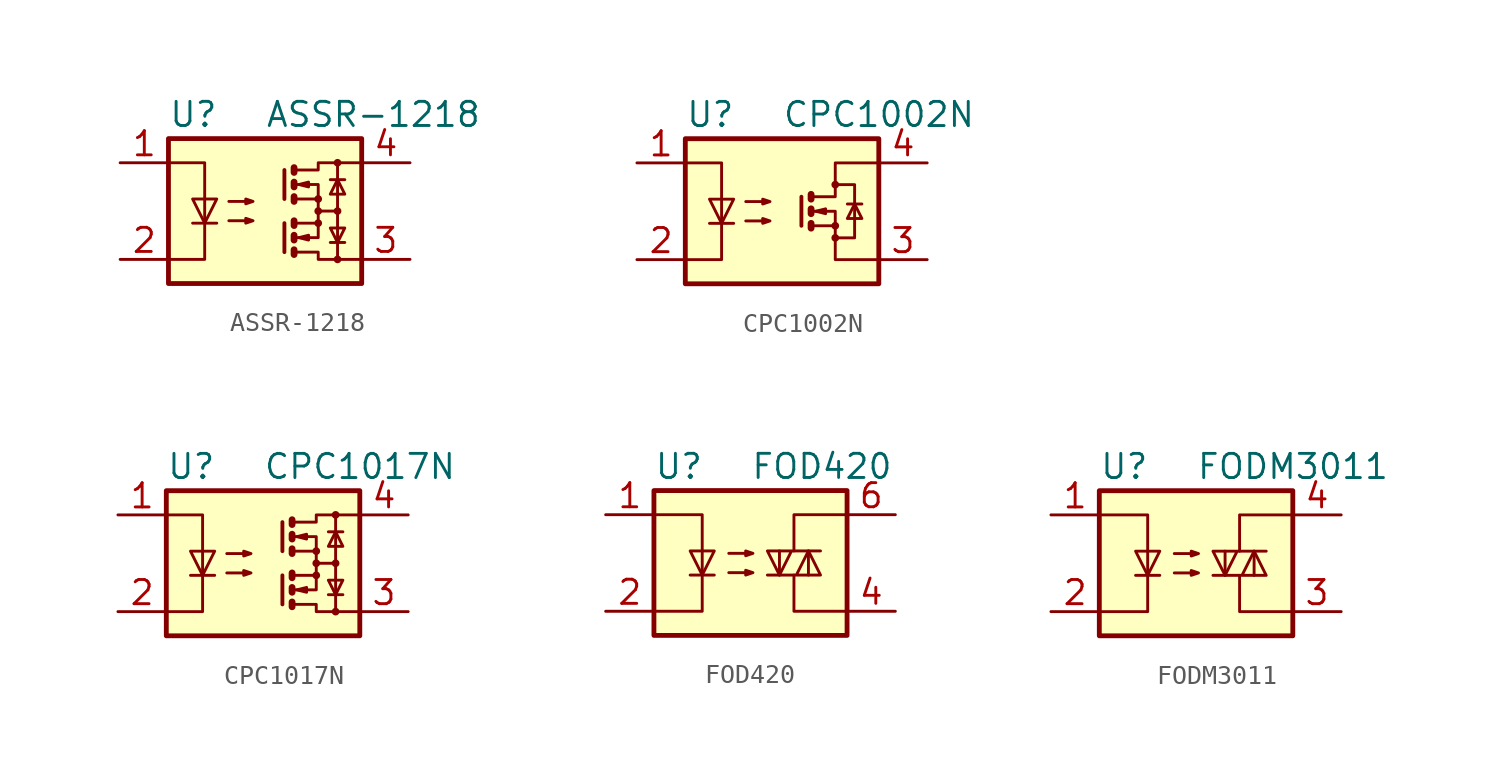
<source format=kicad_sym>
(kicad_symbol_lib
  (version 20201005)
  (generator kicad_symbol_editor)
  (symbol "ASSR-1218"
    (property "Reference" "U"
      (at -5.08 5.08 0)
      (effects (font (size 1.27 1.27)) (justify left)))
    (property "Value" "ASSR-1218"
      (at 0 5.08 0)
      (effects (font (size 1.27 1.27)) (justify left)))
    (symbol "ASSR-1218_0_1"
      (circle (center 2.794 -0.635) (radius 0.127) (stroke (width 0)) (fill (type none)))
      (circle (center 2.794 0) (radius 0.127) (stroke (width 0)) (fill (type none)))
      (circle (center 2.794 0.635) (radius 0.127) (stroke (width 0)) (fill (type none)))
      (circle (center 3.81 -2.54) (radius 0.127) (stroke (width 0)) (fill (type none)))
      (circle (center 3.81 0) (radius 0.127) (stroke (width 0)) (fill (type none)))
      (circle (center 3.81 2.54) (radius 0.127) (stroke (width 0)) (fill (type none)))
      (rectangle (start -5.08 3.81) (end 5.08 -3.81) (stroke (width 0.254)) (fill (type background)))
      (polyline (pts (xy -3.81 -0.635) (xy -2.54 -0.635)) (stroke (width 0)) (fill (type none)))
      (polyline (pts (xy 1.016 -0.635) (xy 1.016 -2.159)) (stroke (width 0.203)) (fill (type none)))
      (polyline (pts (xy 1.016 2.159) (xy 1.016 0.635)) (stroke (width 0.203)) (fill (type none)))
      (polyline (pts (xy 1.524 -0.508) (xy 1.524 -0.762)) (stroke (width 0.356)) (fill (type none)))
      (polyline (pts (xy 2.794 0) (xy 3.81 0)) (stroke (width 0)) (fill (type none)))
      (polyline (pts (xy 3.429 -1.651) (xy 4.191 -1.651)) (stroke (width 0)) (fill (type none)))
      (polyline (pts (xy 3.429 1.651) (xy 4.191 1.651)) (stroke (width 0)) (fill (type none)))
      (polyline (pts (xy 3.81 -2.54) (xy 3.81 2.54)) (stroke (width 0)) (fill (type none)))
      (polyline (pts (xy 1.524 -2.032) (xy 1.524 -2.286) (xy 1.524 -2.286)) (stroke (width 0.356)) (fill (type none)))
      (polyline (pts (xy 1.524 -1.27) (xy 1.524 -1.524) (xy 1.524 -1.524)) (stroke (width 0.356)) (fill (type none)))
      (polyline (pts (xy 1.524 0.762) (xy 1.524 0.508) (xy 1.524 0.508)) (stroke (width 0.356)) (fill (type none)))
      (polyline (pts (xy 1.524 1.524) (xy 1.524 1.27) (xy 1.524 1.27)) (stroke (width 0.356)) (fill (type none)))
      (polyline (pts (xy 1.524 2.286) (xy 1.524 2.032) (xy 1.524 2.032)) (stroke (width 0.356)) (fill (type none)))
      (polyline (pts (xy 1.651 -1.397) (xy 2.794 -1.397) (xy 2.794 -0.635)) (stroke (width 0)) (fill (type none)))
      (polyline (pts (xy 1.651 1.397) (xy 2.794 1.397) (xy 2.794 0.635)) (stroke (width 0)) (fill (type none)))
      (polyline (pts (xy -5.08 2.54) (xy -3.175 2.54) (xy -3.175 -2.54) (xy -5.08 -2.54)) (stroke (width 0)) (fill (type none)))
      (polyline (pts (xy -3.175 -0.635) (xy -3.81 0.635) (xy -2.54 0.635) (xy -3.175 -0.635)) (stroke (width 0)) (fill (type none)))
      (polyline (pts (xy 1.651 -2.159) (xy 2.794 -2.159) (xy 2.794 -2.54) (xy 5.08 -2.54)) (stroke (width 0)) (fill (type none)))
      (polyline (pts (xy 1.651 -0.635) (xy 2.794 -0.635) (xy 2.794 0.635) (xy 1.651 0.635)) (stroke (width 0)) (fill (type none)))
      (polyline (pts (xy 1.651 2.159) (xy 2.794 2.159) (xy 2.794 2.54) (xy 5.08 2.54)) (stroke (width 0)) (fill (type none)))
      (polyline (pts (xy 1.778 -1.397) (xy 2.286 -1.27) (xy 2.286 -1.524) (xy 1.778 -1.397)) (stroke (width 0)) (fill (type none)))
      (polyline (pts (xy 1.778 1.397) (xy 2.286 1.524) (xy 2.286 1.27) (xy 1.778 1.397)) (stroke (width 0)) (fill (type none)))
      (polyline (pts (xy 3.81 -1.651) (xy 3.429 -0.889) (xy 4.191 -0.889) (xy 3.81 -1.651)) (stroke (width 0)) (fill (type none)))
      (polyline (pts (xy 3.81 1.651) (xy 3.429 0.889) (xy 4.191 0.889) (xy 3.81 1.651)) (stroke (width 0)) (fill (type none)))
      (polyline (pts (xy -1.905 -0.508) (xy -0.635 -0.508) (xy -1.016 -0.635) (xy -1.016 -0.381) (xy -0.635 -0.508)) (stroke (width 0)) (fill (type none)))
      (polyline (pts (xy -1.905 0.508) (xy -0.635 0.508) (xy -1.016 0.381) (xy -1.016 0.635) (xy -0.635 0.508)) (stroke (width 0)) (fill (type none))))
    (symbol "ASSR-1218_1_1"
      (pin passive line (at -7.62 2.54 0) (length 2.54) (name "~" (effects (font (size 1.27 1.27)))) (number "1" (effects (font (size 1.27 1.27)))))
      (pin passive line (at -7.62 -2.54 0) (length 2.54) (name "~" (effects (font (size 1.27 1.27)))) (number "2" (effects (font (size 1.27 1.27)))))
      (pin passive line (at 7.62 -2.54 180) (length 2.54) (name "~" (effects (font (size 1.27 1.27)))) (number "3" (effects (font (size 1.27 1.27)))))
      (pin passive line (at 7.62 2.54 180) (length 2.54) (name "~" (effects (font (size 1.27 1.27)))) (number "4" (effects (font (size 1.27 1.27)))))))
  (symbol "CPC1002N"
    (property "Reference" "U"
      (at -5.08 5.08 0)
      (effects (font (size 1.27 1.27)) (justify left)))
    (property "Value" "CPC1002N"
      (at 0 5.08 0)
      (effects (font (size 1.27 1.27)) (justify left)))
    (symbol "CPC1002N_0_1"
      (circle (center 2.794 -1.397) (radius 0.127) (stroke (width 0)) (fill (type none)))
      (circle (center 2.794 -0.762) (radius 0.127) (stroke (width 0)) (fill (type none)))
      (circle (center 2.794 1.397) (radius 0.127) (stroke (width 0)) (fill (type none)))
      (rectangle (start -5.08 3.81) (end 5.08 -3.81) (stroke (width 0.254)) (fill (type background)))
      (polyline (pts (xy -3.81 -0.635) (xy -2.54 -0.635)) (stroke (width 0)) (fill (type none)))
      (polyline (pts (xy 1.016 0.762) (xy 1.016 -0.762)) (stroke (width 0.203)) (fill (type none)))
      (polyline (pts (xy 1.524 -0.762) (xy 2.794 -0.762)) (stroke (width 0)) (fill (type none)))
      (polyline (pts (xy 3.429 0.381) (xy 4.191 0.381)) (stroke (width 0)) (fill (type none)))
      (polyline (pts (xy 1.524 -0.635) (xy 1.524 -0.889) (xy 1.524 -0.889)) (stroke (width 0.356)) (fill (type none)))
      (polyline (pts (xy 1.524 0.127) (xy 1.524 -0.127) (xy 1.524 -0.127)) (stroke (width 0.356)) (fill (type none)))
      (polyline (pts (xy 1.524 0.889) (xy 1.524 0.635) (xy 1.524 0.635)) (stroke (width 0.356)) (fill (type none)))
      (polyline (pts (xy -5.08 2.54) (xy -3.175 2.54) (xy -3.175 -2.54) (xy -5.08 -2.54)) (stroke (width 0)) (fill (type none)))
      (polyline (pts (xy -3.175 -0.635) (xy -3.81 0.635) (xy -2.54 0.635) (xy -3.175 -0.635)) (stroke (width 0)) (fill (type none)))
      (polyline (pts (xy 1.524 0) (xy 2.794 0) (xy 2.794 -2.54) (xy 5.08 -2.54)) (stroke (width 0)) (fill (type none)))
      (polyline (pts (xy 1.524 0.762) (xy 2.794 0.762) (xy 2.794 2.54) (xy 5.08 2.54)) (stroke (width 0)) (fill (type none)))
      (polyline (pts (xy 1.778 0) (xy 2.286 0.127) (xy 2.286 -0.127) (xy 1.778 0)) (stroke (width 0)) (fill (type none)))
      (polyline (pts (xy 2.794 -1.397) (xy 3.81 -1.397) (xy 3.81 1.397) (xy 2.794 1.397)) (stroke (width 0)) (fill (type none)))
      (polyline (pts (xy 3.81 0.381) (xy 3.429 -0.381) (xy 4.191 -0.381) (xy 3.81 0.381)) (stroke (width 0)) (fill (type none)))
      (polyline (pts (xy -1.905 -0.508) (xy -0.635 -0.508) (xy -1.016 -0.635) (xy -1.016 -0.381) (xy -0.635 -0.508)) (stroke (width 0)) (fill (type none)))
      (polyline (pts (xy -1.905 0.508) (xy -0.635 0.508) (xy -1.016 0.381) (xy -1.016 0.635) (xy -0.635 0.508)) (stroke (width 0)) (fill (type none))))
    (symbol "CPC1002N_1_1"
      (pin passive line (at -7.62 2.54 0) (length 2.54) (name "~" (effects (font (size 1.27 1.27)))) (number "1" (effects (font (size 1.27 1.27)))))
      (pin passive line (at -7.62 -2.54 0) (length 2.54) (name "~" (effects (font (size 1.27 1.27)))) (number "2" (effects (font (size 1.27 1.27)))))
      (pin passive line (at 7.62 -2.54 180) (length 2.54) (name "~" (effects (font (size 1.27 1.27)))) (number "3" (effects (font (size 1.27 1.27)))))
      (pin passive line (at 7.62 2.54 180) (length 2.54) (name "~" (effects (font (size 1.27 1.27)))) (number "4" (effects (font (size 1.27 1.27)))))))
  (symbol "CPC1017N"
    (property "Reference" "U"
      (at -5.08 5.08 0)
      (effects (font (size 1.27 1.27)) (justify left)))
    (property "Value" "CPC1017N"
      (at 0 5.08 0)
      (effects (font (size 1.27 1.27)) (justify left)))
    (symbol "CPC1017N_0_1"
      (circle (center 2.794 -0.635) (radius 0.127) (stroke (width 0)) (fill (type none)))
      (circle (center 2.794 0) (radius 0.127) (stroke (width 0)) (fill (type none)))
      (circle (center 2.794 0.635) (radius 0.127) (stroke (width 0)) (fill (type none)))
      (circle (center 3.81 -2.54) (radius 0.127) (stroke (width 0)) (fill (type none)))
      (circle (center 3.81 0) (radius 0.127) (stroke (width 0)) (fill (type none)))
      (circle (center 3.81 2.54) (radius 0.127) (stroke (width 0)) (fill (type none)))
      (rectangle (start -5.08 3.81) (end 5.08 -3.81) (stroke (width 0.254)) (fill (type background)))
      (polyline (pts (xy -3.81 -0.635) (xy -2.54 -0.635)) (stroke (width 0)) (fill (type none)))
      (polyline (pts (xy 1.016 -0.635) (xy 1.016 -2.159)) (stroke (width 0.203)) (fill (type none)))
      (polyline (pts (xy 1.016 2.159) (xy 1.016 0.635)) (stroke (width 0.203)) (fill (type none)))
      (polyline (pts (xy 1.524 -0.508) (xy 1.524 -0.762)) (stroke (width 0.356)) (fill (type none)))
      (polyline (pts (xy 2.794 0) (xy 3.81 0)) (stroke (width 0)) (fill (type none)))
      (polyline (pts (xy 3.429 -1.651) (xy 4.191 -1.651)) (stroke (width 0)) (fill (type none)))
      (polyline (pts (xy 3.429 1.651) (xy 4.191 1.651)) (stroke (width 0)) (fill (type none)))
      (polyline (pts (xy 3.81 -2.54) (xy 3.81 2.54)) (stroke (width 0)) (fill (type none)))
      (polyline (pts (xy 1.524 -2.032) (xy 1.524 -2.286) (xy 1.524 -2.286)) (stroke (width 0.356)) (fill (type none)))
      (polyline (pts (xy 1.524 -1.27) (xy 1.524 -1.524) (xy 1.524 -1.524)) (stroke (width 0.356)) (fill (type none)))
      (polyline (pts (xy 1.524 0.762) (xy 1.524 0.508) (xy 1.524 0.508)) (stroke (width 0.356)) (fill (type none)))
      (polyline (pts (xy 1.524 1.524) (xy 1.524 1.27) (xy 1.524 1.27)) (stroke (width 0.356)) (fill (type none)))
      (polyline (pts (xy 1.524 2.286) (xy 1.524 2.032) (xy 1.524 2.032)) (stroke (width 0.356)) (fill (type none)))
      (polyline (pts (xy 1.651 -1.397) (xy 2.794 -1.397) (xy 2.794 -0.635)) (stroke (width 0)) (fill (type none)))
      (polyline (pts (xy 1.651 1.397) (xy 2.794 1.397) (xy 2.794 0.635)) (stroke (width 0)) (fill (type none)))
      (polyline (pts (xy -5.08 2.54) (xy -3.175 2.54) (xy -3.175 -2.54) (xy -5.08 -2.54)) (stroke (width 0)) (fill (type none)))
      (polyline (pts (xy -3.175 -0.635) (xy -3.81 0.635) (xy -2.54 0.635) (xy -3.175 -0.635)) (stroke (width 0)) (fill (type none)))
      (polyline (pts (xy 1.651 -2.159) (xy 2.794 -2.159) (xy 2.794 -2.54) (xy 5.08 -2.54)) (stroke (width 0)) (fill (type none)))
      (polyline (pts (xy 1.651 -0.635) (xy 2.794 -0.635) (xy 2.794 0.635) (xy 1.651 0.635)) (stroke (width 0)) (fill (type none)))
      (polyline (pts (xy 1.651 2.159) (xy 2.794 2.159) (xy 2.794 2.54) (xy 5.08 2.54)) (stroke (width 0)) (fill (type none)))
      (polyline (pts (xy 1.778 -1.397) (xy 2.286 -1.27) (xy 2.286 -1.524) (xy 1.778 -1.397)) (stroke (width 0)) (fill (type none)))
      (polyline (pts (xy 1.778 1.397) (xy 2.286 1.524) (xy 2.286 1.27) (xy 1.778 1.397)) (stroke (width 0)) (fill (type none)))
      (polyline (pts (xy 3.81 -1.651) (xy 3.429 -0.889) (xy 4.191 -0.889) (xy 3.81 -1.651)) (stroke (width 0)) (fill (type none)))
      (polyline (pts (xy 3.81 1.651) (xy 3.429 0.889) (xy 4.191 0.889) (xy 3.81 1.651)) (stroke (width 0)) (fill (type none)))
      (polyline (pts (xy -1.905 -0.508) (xy -0.635 -0.508) (xy -1.016 -0.635) (xy -1.016 -0.381) (xy -0.635 -0.508)) (stroke (width 0)) (fill (type none)))
      (polyline (pts (xy -1.905 0.508) (xy -0.635 0.508) (xy -1.016 0.381) (xy -1.016 0.635) (xy -0.635 0.508)) (stroke (width 0)) (fill (type none))))
    (symbol "CPC1017N_1_1"
      (pin passive line (at -7.62 2.54 0) (length 2.54) (name "~" (effects (font (size 1.27 1.27)))) (number "1" (effects (font (size 1.27 1.27)))))
      (pin passive line (at -7.62 -2.54 0) (length 2.54) (name "~" (effects (font (size 1.27 1.27)))) (number "2" (effects (font (size 1.27 1.27)))))
      (pin passive line (at 7.62 -2.54 180) (length 2.54) (name "~" (effects (font (size 1.27 1.27)))) (number "3" (effects (font (size 1.27 1.27)))))
      (pin passive line (at 7.62 2.54 180) (length 2.54) (name "~" (effects (font (size 1.27 1.27)))) (number "4" (effects (font (size 1.27 1.27)))))))
  (symbol "FOD420"
    (property "Reference" "U"
      (at -5.08 5.08 0)
      (effects (font (size 1.27 1.27)) (justify left)))
    (property "Value" "FOD420"
      (at 0 5.08 0)
      (effects (font (size 1.27 1.27)) (justify left)))
    (symbol "FOD420_0_1"
      (rectangle (start -5.08 3.81) (end 5.08 -3.81) (stroke (width 0.254)) (fill (type background)))
      (polyline (pts (xy -3.175 -0.635) (xy -1.905 -0.635)) (stroke (width 0)) (fill (type none)))
      (polyline (pts (xy 1.524 -0.635) (xy 1.524 0.635)) (stroke (width 0)) (fill (type none)))
      (polyline (pts (xy 3.048 0.635) (xy 3.048 -0.635)) (stroke (width 0)) (fill (type none)))
      (polyline (pts (xy 2.286 -0.635) (xy 2.286 -2.54) (xy 5.08 -2.54)) (stroke (width 0)) (fill (type none)))
      (polyline (pts (xy 2.286 0.635) (xy 2.286 2.54) (xy 5.08 2.54)) (stroke (width 0)) (fill (type none)))
      (polyline (pts (xy -5.08 2.54) (xy -2.54 2.54) (xy -2.54 -2.54) (xy -5.08 -2.54)) (stroke (width 0)) (fill (type none)))
      (polyline (pts (xy -2.54 -0.635) (xy -3.175 0.635) (xy -1.905 0.635) (xy -2.54 -0.635)) (stroke (width 0)) (fill (type none)))
      (polyline (pts (xy 0.889 -0.635) (xy 3.683 -0.635) (xy 3.048 0.635) (xy 2.413 -0.635)) (stroke (width 0)) (fill (type none)))
      (polyline (pts (xy 3.683 0.635) (xy 0.889 0.635) (xy 1.524 -0.635) (xy 2.159 0.635)) (stroke (width 0)) (fill (type none)))
      (polyline (pts (xy -1.143 -0.508) (xy 0.127 -0.508) (xy -0.254 -0.635) (xy -0.254 -0.381) (xy 0.127 -0.508)) (stroke (width 0)) (fill (type none)))
      (polyline (pts (xy -1.143 0.508) (xy 0.127 0.508) (xy -0.254 0.381) (xy -0.254 0.635) (xy 0.127 0.508)) (stroke (width 0)) (fill (type none))))
    (symbol "FOD420_1_1"
      (pin passive line (at -7.62 2.54 0) (length 2.54) (name "~" (effects (font (size 1.27 1.27)))) (number "1" (effects (font (size 1.27 1.27)))))
      (pin passive line (at -7.62 -2.54 0) (length 2.54) (name "~" (effects (font (size 1.27 1.27)))) (number "2" (effects (font (size 1.27 1.27)))))
      (pin no_connect line (at -5.08 0 0) (length 2.54) hide (name "NC" (effects (font (size 1.27 1.27)))) (number "3" (effects (font (size 1.27 1.27)))))
      (pin passive line (at 7.62 -2.54 180) (length 2.54) (name "~" (effects (font (size 1.27 1.27)))) (number "4" (effects (font (size 1.27 1.27)))))
      (pin no_connect line (at 5.08 0 180) (length 2.54) hide (name "NC" (effects (font (size 1.27 1.27)))) (number "5" (effects (font (size 1.27 1.27)))))
      (pin passive line (at 7.62 2.54 180) (length 2.54) (name "~" (effects (font (size 1.27 1.27)))) (number "6" (effects (font (size 1.27 1.27)))))))
  (symbol "FODM3011"
    (property "Reference" "U"
      (at -5.08 5.08 0)
      (effects (font (size 1.27 1.27)) (justify left)))
    (property "Value" "FODM3011"
      (at 0 5.08 0)
      (effects (font (size 1.27 1.27)) (justify left)))
    (symbol "FODM3011_0_1"
      (rectangle (start -5.08 3.81) (end 5.08 -3.81) (stroke (width 0.254)) (fill (type background)))
      (polyline (pts (xy -3.175 -0.635) (xy -1.905 -0.635)) (stroke (width 0)) (fill (type none)))
      (polyline (pts (xy 1.524 -0.635) (xy 1.524 0.635)) (stroke (width 0)) (fill (type none)))
      (polyline (pts (xy 3.048 0.635) (xy 3.048 -0.635)) (stroke (width 0)) (fill (type none)))
      (polyline (pts (xy 2.286 -0.635) (xy 2.286 -2.54) (xy 5.08 -2.54)) (stroke (width 0)) (fill (type none)))
      (polyline (pts (xy 2.286 0.635) (xy 2.286 2.54) (xy 5.08 2.54)) (stroke (width 0)) (fill (type none)))
      (polyline (pts (xy -5.08 2.54) (xy -2.54 2.54) (xy -2.54 -2.54) (xy -5.08 -2.54)) (stroke (width 0)) (fill (type none)))
      (polyline (pts (xy -2.54 -0.635) (xy -3.175 0.635) (xy -1.905 0.635) (xy -2.54 -0.635)) (stroke (width 0)) (fill (type none)))
      (polyline (pts (xy 0.889 -0.635) (xy 3.683 -0.635) (xy 3.048 0.635) (xy 2.413 -0.635)) (stroke (width 0)) (fill (type none)))
      (polyline (pts (xy 3.683 0.635) (xy 0.889 0.635) (xy 1.524 -0.635) (xy 2.159 0.635)) (stroke (width 0)) (fill (type none)))
      (polyline (pts (xy -1.143 -0.508) (xy 0.127 -0.508) (xy -0.254 -0.635) (xy -0.254 -0.381) (xy 0.127 -0.508)) (stroke (width 0)) (fill (type none)))
      (polyline (pts (xy -1.143 0.508) (xy 0.127 0.508) (xy -0.254 0.381) (xy -0.254 0.635) (xy 0.127 0.508)) (stroke (width 0)) (fill (type none))))
    (symbol "FODM3011_1_1"
      (pin passive line (at -7.62 2.54 0) (length 2.54) (name "~" (effects (font (size 1.27 1.27)))) (number "1" (effects (font (size 1.27 1.27)))))
      (pin passive line (at -7.62 -2.54 0) (length 2.54) (name "~" (effects (font (size 1.27 1.27)))) (number "2" (effects (font (size 1.27 1.27)))))
      (pin passive line (at 7.62 -2.54 180) (length 2.54) (name "~" (effects (font (size 1.27 1.27)))) (number "3" (effects (font (size 1.27 1.27)))))
      (pin passive line (at 7.62 2.54 180) (length 2.54) (name "~" (effects (font (size 1.27 1.27)))) (number "4" (effects (font (size 1.27 1.27))))))))
</source>
